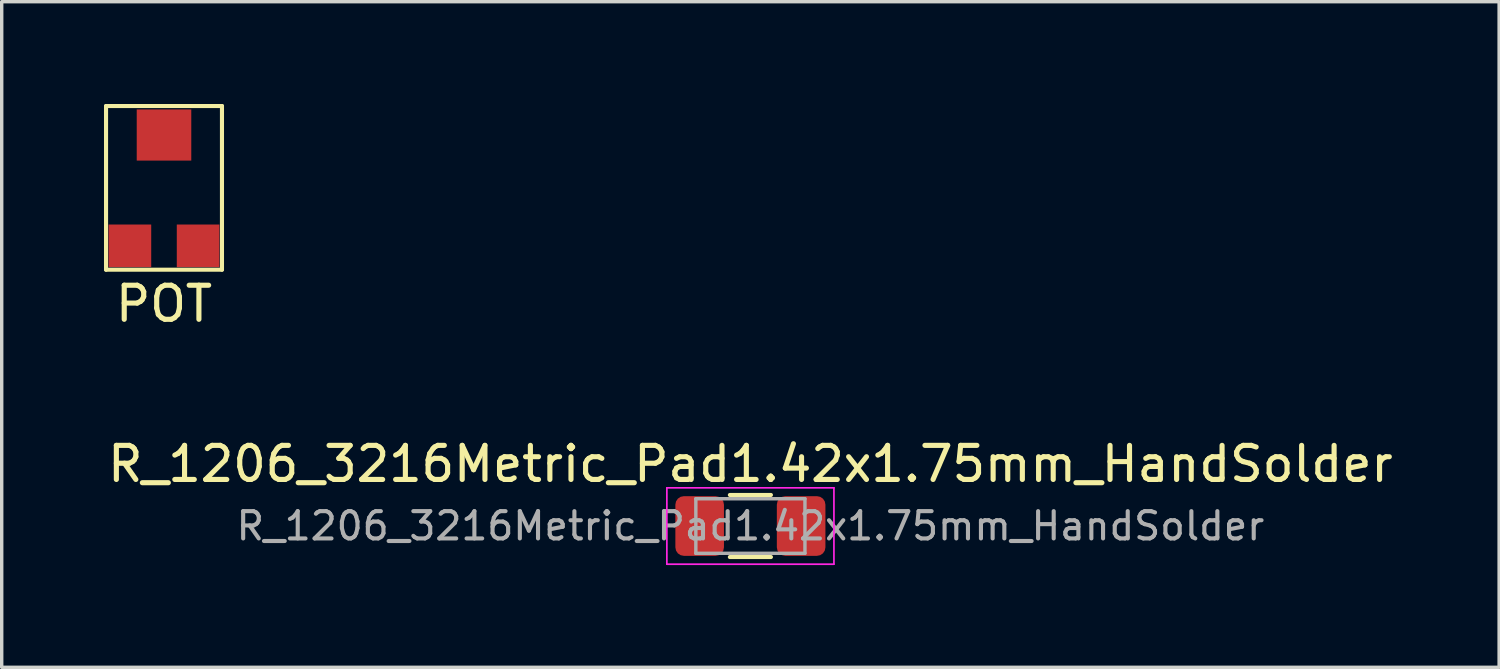
<source format=kicad_pcb>
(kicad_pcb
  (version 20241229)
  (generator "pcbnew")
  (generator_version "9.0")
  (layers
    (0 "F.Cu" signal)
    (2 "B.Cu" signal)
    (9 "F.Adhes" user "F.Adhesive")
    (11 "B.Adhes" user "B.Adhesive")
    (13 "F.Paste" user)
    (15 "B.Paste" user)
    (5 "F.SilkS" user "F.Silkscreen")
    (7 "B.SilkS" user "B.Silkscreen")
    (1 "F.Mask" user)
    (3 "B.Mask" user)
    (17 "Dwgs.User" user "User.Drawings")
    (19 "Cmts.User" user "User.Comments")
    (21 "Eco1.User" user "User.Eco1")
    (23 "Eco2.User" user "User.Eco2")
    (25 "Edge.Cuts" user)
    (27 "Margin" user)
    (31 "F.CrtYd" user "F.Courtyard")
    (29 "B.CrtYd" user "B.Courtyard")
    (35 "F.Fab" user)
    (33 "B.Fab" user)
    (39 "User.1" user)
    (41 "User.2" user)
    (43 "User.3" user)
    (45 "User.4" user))
  (footprint "R_1206_3216Metric_Pad1.42x1.75mm_HandSolder"
    (layer "F.Cu")
    (at 18.958 12.377)
    (property "Reference" "R_1206_3216Metric_Pad1.42x1.75mm_HandSolder" (at 0 -1.82 180) (layer "F.SilkS") (effects (font (size 1 1) (thickness 0.15))))
    (attr smd)
    (fp_line (start -0.602 -0.91) (end 0.602 -0.91) (stroke (width 0.12) (type solid)) (layer "F.SilkS"))
    (fp_line (start -0.602 0.91) (end 0.602 0.91) (stroke (width 0.12) (type solid)) (layer "F.SilkS"))
    (fp_line (start -2.45 -1.12) (end 2.45 -1.12) (stroke (width 0.05) (type solid)) (layer "F.CrtYd"))
    (fp_line (start -2.45 1.12) (end -2.45 -1.12) (stroke (width 0.05) (type solid)) (layer "F.CrtYd"))
    (fp_line (start 2.45 -1.12) (end 2.45 1.12) (stroke (width 0.05) (type solid)) (layer "F.CrtYd"))
    (fp_line (start 2.45 1.12) (end -2.45 1.12) (stroke (width 0.05) (type solid)) (layer "F.CrtYd"))
    (fp_line (start -1.6 -0.8) (end 1.6 -0.8) (stroke (width 0.1) (type solid)) (layer "F.Fab"))
    (fp_line (start -1.6 0.8) (end -1.6 -0.8) (stroke (width 0.1) (type solid)) (layer "F.Fab"))
    (fp_line (start 1.6 -0.8) (end 1.6 0.8) (stroke (width 0.1) (type solid)) (layer "F.Fab"))
    (fp_line (start 1.6 0.8) (end -1.6 0.8) (stroke (width 0.1) (type solid)) (layer "F.Fab"))
    (fp_text user "${REFERENCE}" (at 0 0 180) (layer "F.Fab") (effects (font (size 0.8 0.8) (thickness 0.12))))
    (pad "1" smd roundrect (at -1.488 0) (size 1.425 1.75) (layers "F.Cu" "F.Mask" "F.Paste") (roundrect_rratio 0.175))
    (pad "2" smd roundrect (at 1.488 0) (size 1.425 1.75) (layers "F.Cu" "F.Mask" "F.Paste") (roundrect_rratio 0.175)))
  (footprint "POT"
    (layer "F.Cu")
    (at 1.76 4.16)
    (property "Reference" "POT" (at 0 1.7 0) (layer "F.SilkS") (effects (font (size 1 1) (thickness 0.15))))
    (attr through_hole)
    (fp_line (start -1.7 -4.1) (end -1.7 0.7) (stroke (width 0.12) (type solid)) (layer "F.SilkS"))
    (fp_line (start -1.7 0.7) (end 1.7 0.7) (stroke (width 0.12) (type solid)) (layer "F.SilkS"))
    (fp_line (start 1.7 -4.1) (end -1.7 -4.1) (stroke (width 0.12) (type solid)) (layer "F.SilkS"))
    (fp_line (start 1.7 0.7) (end 1.7 -4.1) (stroke (width 0.12) (type solid)) (layer "F.SilkS"))
    (pad "1" smd rect (at -1 0) (size 1.25 1.25) (layers "F.Cu" "F.Mask" "F.Paste"))
    (pad "2" smd rect (at 0 -3.25) (size 1.6 1.5) (layers "F.Cu" "F.Mask" "F.Paste"))
    (pad "3" smd rect (at 1 0) (size 1.25 1.25) (layers "F.Cu" "F.Mask" "F.Paste")))
  (gr_rect
    (start -3 -3)
    (end 40.917 16.521)
    (stroke (width 0.1) (type default))
    (fill no)
    (layer "Edge.Cuts")))
</source>
